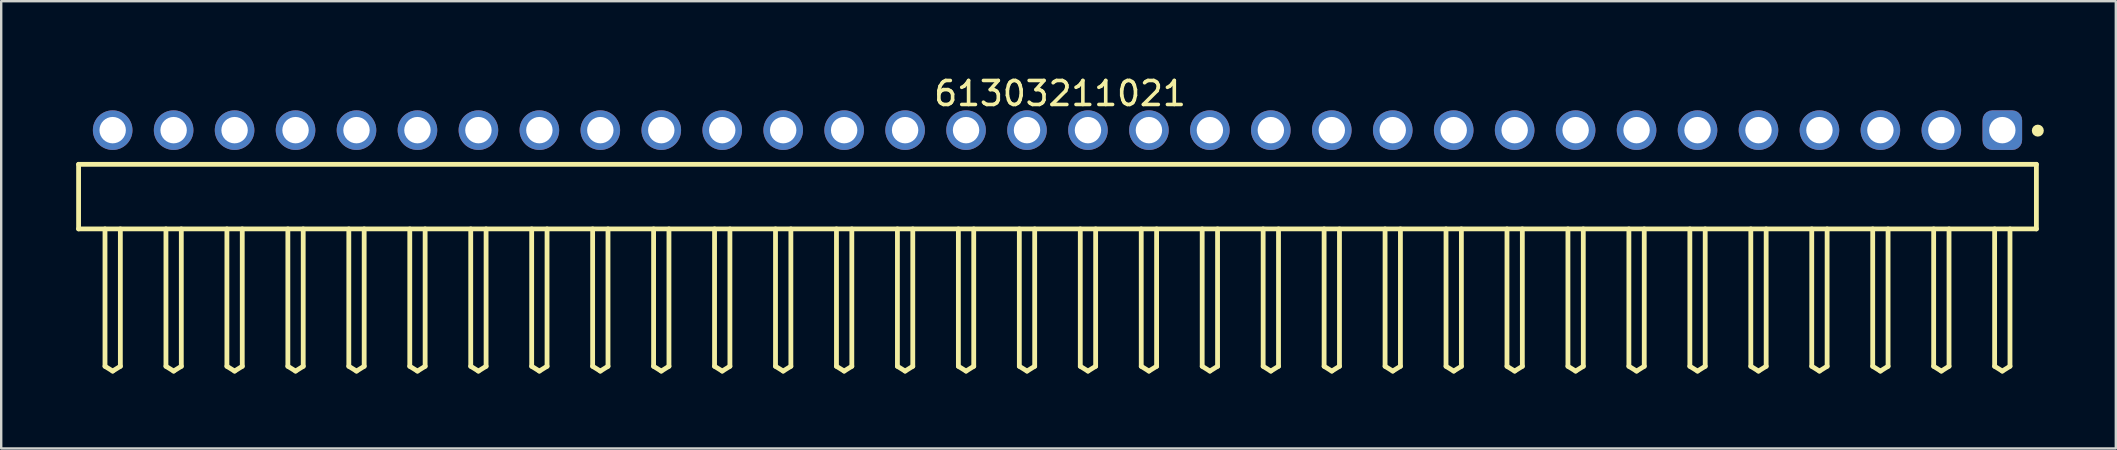
<source format=kicad_pcb>
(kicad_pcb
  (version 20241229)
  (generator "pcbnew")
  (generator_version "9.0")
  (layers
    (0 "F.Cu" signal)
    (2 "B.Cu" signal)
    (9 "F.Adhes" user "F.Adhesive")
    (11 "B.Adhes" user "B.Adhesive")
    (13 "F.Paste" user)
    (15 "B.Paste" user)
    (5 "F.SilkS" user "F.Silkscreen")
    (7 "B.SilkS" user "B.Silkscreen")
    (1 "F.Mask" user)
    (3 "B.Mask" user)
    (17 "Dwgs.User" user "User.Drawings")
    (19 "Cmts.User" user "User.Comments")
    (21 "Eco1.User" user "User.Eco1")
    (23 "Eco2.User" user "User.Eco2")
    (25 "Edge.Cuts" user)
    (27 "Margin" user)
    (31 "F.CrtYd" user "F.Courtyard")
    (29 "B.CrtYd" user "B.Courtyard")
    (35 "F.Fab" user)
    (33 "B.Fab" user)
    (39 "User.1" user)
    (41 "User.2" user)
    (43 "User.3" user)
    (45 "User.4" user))
  (footprint "61303211021"
    (layer "F.Cu")
    (at 41.015 5.143)
    (property "Reference" "61303211021" (at 0.105 -4.295 0) (layer "F.SilkS") (effects (font (size 1 1) (thickness 0.15))))
    (fp_line (start -40.79 -1.345) (end 40.79 -1.345) (stroke (width 0.2) (type solid)) (layer "F.SilkS"))
    (fp_line (start -40.79 1.345) (end -40.79 -1.345) (stroke (width 0.2) (type solid)) (layer "F.SilkS"))
    (fp_line (start -40.79 1.345) (end 40.79 1.345) (stroke (width 0.2) (type solid)) (layer "F.SilkS"))
    (fp_line (start -39.69 7.07) (end -39.69 1.345) (stroke (width 0.2) (type solid)) (layer "F.SilkS"))
    (fp_line (start -39.69 7.07) (end -39.37 7.27) (stroke (width 0.2) (type solid)) (layer "F.SilkS"))
    (fp_line (start -39.37 7.27) (end -39.05 7.07) (stroke (width 0.2) (type solid)) (layer "F.SilkS"))
    (fp_line (start -39.05 7.07) (end -39.05 1.345) (stroke (width 0.2) (type solid)) (layer "F.SilkS"))
    (fp_line (start -37.15 7.07) (end -37.15 1.345) (stroke (width 0.2) (type solid)) (layer "F.SilkS"))
    (fp_line (start -37.15 7.07) (end -36.83 7.27) (stroke (width 0.2) (type solid)) (layer "F.SilkS"))
    (fp_line (start -36.83 7.27) (end -36.51 7.07) (stroke (width 0.2) (type solid)) (layer "F.SilkS"))
    (fp_line (start -36.51 7.07) (end -36.51 1.345) (stroke (width 0.2) (type solid)) (layer "F.SilkS"))
    (fp_line (start -34.61 7.07) (end -34.61 1.345) (stroke (width 0.2) (type solid)) (layer "F.SilkS"))
    (fp_line (start -34.61 7.07) (end -34.29 7.27) (stroke (width 0.2) (type solid)) (layer "F.SilkS"))
    (fp_line (start -34.29 7.27) (end -33.97 7.07) (stroke (width 0.2) (type solid)) (layer "F.SilkS"))
    (fp_line (start -33.97 7.07) (end -33.97 1.345) (stroke (width 0.2) (type solid)) (layer "F.SilkS"))
    (fp_line (start -32.07 7.07) (end -32.07 1.345) (stroke (width 0.2) (type solid)) (layer "F.SilkS"))
    (fp_line (start -32.07 7.07) (end -31.75 7.27) (stroke (width 0.2) (type solid)) (layer "F.SilkS"))
    (fp_line (start -31.75 7.27) (end -31.43 7.07) (stroke (width 0.2) (type solid)) (layer "F.SilkS"))
    (fp_line (start -31.43 7.07) (end -31.43 1.345) (stroke (width 0.2) (type solid)) (layer "F.SilkS"))
    (fp_line (start -29.53 7.07) (end -29.53 1.345) (stroke (width 0.2) (type solid)) (layer "F.SilkS"))
    (fp_line (start -29.53 7.07) (end -29.21 7.27) (stroke (width 0.2) (type solid)) (layer "F.SilkS"))
    (fp_line (start -29.21 7.27) (end -28.89 7.07) (stroke (width 0.2) (type solid)) (layer "F.SilkS"))
    (fp_line (start -28.89 7.07) (end -28.89 1.345) (stroke (width 0.2) (type solid)) (layer "F.SilkS"))
    (fp_line (start -26.99 7.07) (end -26.99 1.345) (stroke (width 0.2) (type solid)) (layer "F.SilkS"))
    (fp_line (start -26.99 7.07) (end -26.67 7.27) (stroke (width 0.2) (type solid)) (layer "F.SilkS"))
    (fp_line (start -26.67 7.27) (end -26.35 7.07) (stroke (width 0.2) (type solid)) (layer "F.SilkS"))
    (fp_line (start -26.35 7.07) (end -26.35 1.345) (stroke (width 0.2) (type solid)) (layer "F.SilkS"))
    (fp_line (start -24.45 7.07) (end -24.45 1.345) (stroke (width 0.2) (type solid)) (layer "F.SilkS"))
    (fp_line (start -24.45 7.07) (end -24.13 7.27) (stroke (width 0.2) (type solid)) (layer "F.SilkS"))
    (fp_line (start -24.13 7.27) (end -23.81 7.07) (stroke (width 0.2) (type solid)) (layer "F.SilkS"))
    (fp_line (start -23.81 7.07) (end -23.81 1.345) (stroke (width 0.2) (type solid)) (layer "F.SilkS"))
    (fp_line (start -21.91 7.07) (end -21.91 1.345) (stroke (width 0.2) (type solid)) (layer "F.SilkS"))
    (fp_line (start -21.91 7.07) (end -21.59 7.27) (stroke (width 0.2) (type solid)) (layer "F.SilkS"))
    (fp_line (start -21.59 7.27) (end -21.27 7.07) (stroke (width 0.2) (type solid)) (layer "F.SilkS"))
    (fp_line (start -21.27 7.07) (end -21.27 1.345) (stroke (width 0.2) (type solid)) (layer "F.SilkS"))
    (fp_line (start -19.37 7.07) (end -19.37 1.345) (stroke (width 0.2) (type solid)) (layer "F.SilkS"))
    (fp_line (start -19.37 7.07) (end -19.05 7.27) (stroke (width 0.2) (type solid)) (layer "F.SilkS"))
    (fp_line (start -19.05 7.27) (end -18.73 7.07) (stroke (width 0.2) (type solid)) (layer "F.SilkS"))
    (fp_line (start -18.73 7.07) (end -18.73 1.345) (stroke (width 0.2) (type solid)) (layer "F.SilkS"))
    (fp_line (start -16.83 7.07) (end -16.83 1.345) (stroke (width 0.2) (type solid)) (layer "F.SilkS"))
    (fp_line (start -16.83 7.07) (end -16.51 7.27) (stroke (width 0.2) (type solid)) (layer "F.SilkS"))
    (fp_line (start -16.51 7.27) (end -16.19 7.07) (stroke (width 0.2) (type solid)) (layer "F.SilkS"))
    (fp_line (start -16.19 7.07) (end -16.19 1.345) (stroke (width 0.2) (type solid)) (layer "F.SilkS"))
    (fp_line (start -14.29 7.07) (end -14.29 1.345) (stroke (width 0.2) (type solid)) (layer "F.SilkS"))
    (fp_line (start -14.29 7.07) (end -13.97 7.27) (stroke (width 0.2) (type solid)) (layer "F.SilkS"))
    (fp_line (start -13.97 7.27) (end -13.65 7.07) (stroke (width 0.2) (type solid)) (layer "F.SilkS"))
    (fp_line (start -13.65 7.07) (end -13.65 1.345) (stroke (width 0.2) (type solid)) (layer "F.SilkS"))
    (fp_line (start -11.75 7.07) (end -11.75 1.345) (stroke (width 0.2) (type solid)) (layer "F.SilkS"))
    (fp_line (start -11.75 7.07) (end -11.43 7.27) (stroke (width 0.2) (type solid)) (layer "F.SilkS"))
    (fp_line (start -11.43 7.27) (end -11.11 7.07) (stroke (width 0.2) (type solid)) (layer "F.SilkS"))
    (fp_line (start -11.11 7.07) (end -11.11 1.345) (stroke (width 0.2) (type solid)) (layer "F.SilkS"))
    (fp_line (start -9.21 7.07) (end -9.21 1.345) (stroke (width 0.2) (type solid)) (layer "F.SilkS"))
    (fp_line (start -9.21 7.07) (end -8.89 7.27) (stroke (width 0.2) (type solid)) (layer "F.SilkS"))
    (fp_line (start -8.89 7.27) (end -8.57 7.07) (stroke (width 0.2) (type solid)) (layer "F.SilkS"))
    (fp_line (start -8.57 7.07) (end -8.57 1.345) (stroke (width 0.2) (type solid)) (layer "F.SilkS"))
    (fp_line (start -6.67 7.07) (end -6.67 1.345) (stroke (width 0.2) (type solid)) (layer "F.SilkS"))
    (fp_line (start -6.67 7.07) (end -6.35 7.27) (stroke (width 0.2) (type solid)) (layer "F.SilkS"))
    (fp_line (start -6.35 7.27) (end -6.03 7.07) (stroke (width 0.2) (type solid)) (layer "F.SilkS"))
    (fp_line (start -6.03 7.07) (end -6.03 1.345) (stroke (width 0.2) (type solid)) (layer "F.SilkS"))
    (fp_line (start -4.13 7.07) (end -4.13 1.345) (stroke (width 0.2) (type solid)) (layer "F.SilkS"))
    (fp_line (start -4.13 7.07) (end -3.81 7.27) (stroke (width 0.2) (type solid)) (layer "F.SilkS"))
    (fp_line (start -3.81 7.27) (end -3.49 7.07) (stroke (width 0.2) (type solid)) (layer "F.SilkS"))
    (fp_line (start -3.49 7.07) (end -3.49 1.345) (stroke (width 0.2) (type solid)) (layer "F.SilkS"))
    (fp_line (start -1.59 7.07) (end -1.59 1.345) (stroke (width 0.2) (type solid)) (layer "F.SilkS"))
    (fp_line (start -1.59 7.07) (end -1.27 7.27) (stroke (width 0.2) (type solid)) (layer "F.SilkS"))
    (fp_line (start -1.27 7.27) (end -0.95 7.07) (stroke (width 0.2) (type solid)) (layer "F.SilkS"))
    (fp_line (start -0.95 7.07) (end -0.95 1.345) (stroke (width 0.2) (type solid)) (layer "F.SilkS"))
    (fp_line (start 0.95 7.07) (end 0.95 1.345) (stroke (width 0.2) (type solid)) (layer "F.SilkS"))
    (fp_line (start 0.95 7.07) (end 1.27 7.27) (stroke (width 0.2) (type solid)) (layer "F.SilkS"))
    (fp_line (start 1.27 7.27) (end 1.59 7.07) (stroke (width 0.2) (type solid)) (layer "F.SilkS"))
    (fp_line (start 1.59 7.07) (end 1.59 1.345) (stroke (width 0.2) (type solid)) (layer "F.SilkS"))
    (fp_line (start 3.49 7.07) (end 3.49 1.345) (stroke (width 0.2) (type solid)) (layer "F.SilkS"))
    (fp_line (start 3.49 7.07) (end 3.81 7.27) (stroke (width 0.2) (type solid)) (layer "F.SilkS"))
    (fp_line (start 3.81 7.27) (end 4.13 7.07) (stroke (width 0.2) (type solid)) (layer "F.SilkS"))
    (fp_line (start 4.13 7.07) (end 4.13 1.345) (stroke (width 0.2) (type solid)) (layer "F.SilkS"))
    (fp_line (start 6.03 7.07) (end 6.03 1.345) (stroke (width 0.2) (type solid)) (layer "F.SilkS"))
    (fp_line (start 6.03 7.07) (end 6.35 7.27) (stroke (width 0.2) (type solid)) (layer "F.SilkS"))
    (fp_line (start 6.35 7.27) (end 6.67 7.07) (stroke (width 0.2) (type solid)) (layer "F.SilkS"))
    (fp_line (start 6.67 7.07) (end 6.67 1.345) (stroke (width 0.2) (type solid)) (layer "F.SilkS"))
    (fp_line (start 8.57 7.07) (end 8.57 1.345) (stroke (width 0.2) (type solid)) (layer "F.SilkS"))
    (fp_line (start 8.57 7.07) (end 8.89 7.27) (stroke (width 0.2) (type solid)) (layer "F.SilkS"))
    (fp_line (start 8.89 7.27) (end 9.21 7.07) (stroke (width 0.2) (type solid)) (layer "F.SilkS"))
    (fp_line (start 9.21 7.07) (end 9.21 1.345) (stroke (width 0.2) (type solid)) (layer "F.SilkS"))
    (fp_line (start 11.11 7.07) (end 11.11 1.345) (stroke (width 0.2) (type solid)) (layer "F.SilkS"))
    (fp_line (start 11.11 7.07) (end 11.43 7.27) (stroke (width 0.2) (type solid)) (layer "F.SilkS"))
    (fp_line (start 11.43 7.27) (end 11.75 7.07) (stroke (width 0.2) (type solid)) (layer "F.SilkS"))
    (fp_line (start 11.75 7.07) (end 11.75 1.345) (stroke (width 0.2) (type solid)) (layer "F.SilkS"))
    (fp_line (start 13.65 7.07) (end 13.65 1.345) (stroke (width 0.2) (type solid)) (layer "F.SilkS"))
    (fp_line (start 13.65 7.07) (end 13.97 7.27) (stroke (width 0.2) (type solid)) (layer "F.SilkS"))
    (fp_line (start 13.97 7.27) (end 14.29 7.07) (stroke (width 0.2) (type solid)) (layer "F.SilkS"))
    (fp_line (start 14.29 7.07) (end 14.29 1.345) (stroke (width 0.2) (type solid)) (layer "F.SilkS"))
    (fp_line (start 16.19 7.07) (end 16.19 1.345) (stroke (width 0.2) (type solid)) (layer "F.SilkS"))
    (fp_line (start 16.19 7.07) (end 16.51 7.27) (stroke (width 0.2) (type solid)) (layer "F.SilkS"))
    (fp_line (start 16.51 7.27) (end 16.83 7.07) (stroke (width 0.2) (type solid)) (layer "F.SilkS"))
    (fp_line (start 16.83 7.07) (end 16.83 1.345) (stroke (width 0.2) (type solid)) (layer "F.SilkS"))
    (fp_line (start 18.73 7.07) (end 18.73 1.345) (stroke (width 0.2) (type solid)) (layer "F.SilkS"))
    (fp_line (start 18.73 7.07) (end 19.05 7.27) (stroke (width 0.2) (type solid)) (layer "F.SilkS"))
    (fp_line (start 19.05 7.27) (end 19.37 7.07) (stroke (width 0.2) (type solid)) (layer "F.SilkS"))
    (fp_line (start 19.37 7.07) (end 19.37 1.345) (stroke (width 0.2) (type solid)) (layer "F.SilkS"))
    (fp_line (start 21.27 7.07) (end 21.27 1.345) (stroke (width 0.2) (type solid)) (layer "F.SilkS"))
    (fp_line (start 21.27 7.07) (end 21.59 7.27) (stroke (width 0.2) (type solid)) (layer "F.SilkS"))
    (fp_line (start 21.59 7.27) (end 21.91 7.07) (stroke (width 0.2) (type solid)) (layer "F.SilkS"))
    (fp_line (start 21.91 7.07) (end 21.91 1.345) (stroke (width 0.2) (type solid)) (layer "F.SilkS"))
    (fp_line (start 23.81 7.07) (end 23.81 1.345) (stroke (width 0.2) (type solid)) (layer "F.SilkS"))
    (fp_line (start 23.81 7.07) (end 24.13 7.27) (stroke (width 0.2) (type solid)) (layer "F.SilkS"))
    (fp_line (start 24.13 7.27) (end 24.45 7.07) (stroke (width 0.2) (type solid)) (layer "F.SilkS"))
    (fp_line (start 24.45 7.07) (end 24.45 1.345) (stroke (width 0.2) (type solid)) (layer "F.SilkS"))
    (fp_line (start 26.35 7.07) (end 26.35 1.345) (stroke (width 0.2) (type solid)) (layer "F.SilkS"))
    (fp_line (start 26.35 7.07) (end 26.67 7.27) (stroke (width 0.2) (type solid)) (layer "F.SilkS"))
    (fp_line (start 26.67 7.27) (end 26.99 7.07) (stroke (width 0.2) (type solid)) (layer "F.SilkS"))
    (fp_line (start 26.99 7.07) (end 26.99 1.345) (stroke (width 0.2) (type solid)) (layer "F.SilkS"))
    (fp_line (start 28.89 7.07) (end 28.89 1.345) (stroke (width 0.2) (type solid)) (layer "F.SilkS"))
    (fp_line (start 28.89 7.07) (end 29.21 7.27) (stroke (width 0.2) (type solid)) (layer "F.SilkS"))
    (fp_line (start 29.21 7.27) (end 29.53 7.07) (stroke (width 0.2) (type solid)) (layer "F.SilkS"))
    (fp_line (start 29.53 7.07) (end 29.53 1.345) (stroke (width 0.2) (type solid)) (layer "F.SilkS"))
    (fp_line (start 31.43 7.07) (end 31.43 1.345) (stroke (width 0.2) (type solid)) (layer "F.SilkS"))
    (fp_line (start 31.43 7.07) (end 31.75 7.27) (stroke (width 0.2) (type solid)) (layer "F.SilkS"))
    (fp_line (start 31.75 7.27) (end 32.07 7.07) (stroke (width 0.2) (type solid)) (layer "F.SilkS"))
    (fp_line (start 32.07 7.07) (end 32.07 1.345) (stroke (width 0.2) (type solid)) (layer "F.SilkS"))
    (fp_line (start 33.97 7.07) (end 33.97 1.345) (stroke (width 0.2) (type solid)) (layer "F.SilkS"))
    (fp_line (start 33.97 7.07) (end 34.29 7.27) (stroke (width 0.2) (type solid)) (layer "F.SilkS"))
    (fp_line (start 34.29 7.27) (end 34.61 7.07) (stroke (width 0.2) (type solid)) (layer "F.SilkS"))
    (fp_line (start 34.61 7.07) (end 34.61 1.345) (stroke (width 0.2) (type solid)) (layer "F.SilkS"))
    (fp_line (start 36.51 7.07) (end 36.51 1.345) (stroke (width 0.2) (type solid)) (layer "F.SilkS"))
    (fp_line (start 36.51 7.07) (end 36.83 7.27) (stroke (width 0.2) (type solid)) (layer "F.SilkS"))
    (fp_line (start 36.83 7.27) (end 37.15 7.07) (stroke (width 0.2) (type solid)) (layer "F.SilkS"))
    (fp_line (start 37.15 7.07) (end 37.15 1.345) (stroke (width 0.2) (type solid)) (layer "F.SilkS"))
    (fp_line (start 39.05 7.07) (end 39.05 1.345) (stroke (width 0.2) (type solid)) (layer "F.SilkS"))
    (fp_line (start 39.05 7.07) (end 39.37 7.27) (stroke (width 0.2) (type solid)) (layer "F.SilkS"))
    (fp_line (start 39.37 7.27) (end 39.69 7.07) (stroke (width 0.2) (type solid)) (layer "F.SilkS"))
    (fp_line (start 39.69 7.07) (end 39.69 1.345) (stroke (width 0.2) (type solid)) (layer "F.SilkS"))
    (fp_line (start 40.79 1.345) (end 40.79 -1.345) (stroke (width 0.2) (type solid)) (layer "F.SilkS"))
    (fp_circle (center 40.85 -2.75) (end 40.85 -2.875) (stroke (width 0.25) (type solid)) (fill no) (layer "F.SilkS"))
    (fp_line (start -40.99 -3.795) (end 40.99 -3.795) (stroke (width 0.05) (type solid)) (layer "Eco2.User"))
    (fp_line (start -40.99 7.47) (end -40.99 -3.795) (stroke (width 0.05) (type solid)) (layer "Eco2.User"))
    (fp_line (start -40.99 7.47) (end 40.99 7.47) (stroke (width 0.05) (type solid)) (layer "Eco2.User"))
    (fp_line (start -40.64 -1.27) (end 40.64 -1.27) (stroke (width 0.1) (type solid)) (layer "Eco2.User"))
    (fp_line (start -40.64 1.27) (end -40.64 -1.27) (stroke (width 0.1) (type solid)) (layer "Eco2.User"))
    (fp_line (start -40.64 1.27) (end 40.64 1.27) (stroke (width 0.1) (type solid)) (layer "Eco2.User"))
    (fp_line (start -39.69 -3.09) (end -39.05 -3.09) (stroke (width 0.1) (type solid)) (layer "Eco2.User"))
    (fp_line (start -39.69 -1.27) (end -39.69 -3.09) (stroke (width 0.1) (type solid)) (layer "Eco2.User"))
    (fp_line (start -39.69 7.07) (end -39.69 1.27) (stroke (width 0.1) (type solid)) (layer "Eco2.User"))
    (fp_line (start -39.69 7.07) (end -39.37 7.27) (stroke (width 0.1) (type solid)) (layer "Eco2.User"))
    (fp_line (start -39.37 7.27) (end -39.05 7.07) (stroke (width 0.1) (type solid)) (layer "Eco2.User"))
    (fp_line (start -39.05 -1.27) (end -39.05 -3.09) (stroke (width 0.1) (type solid)) (layer "Eco2.User"))
    (fp_line (start -39.05 7.07) (end -39.05 1.27) (stroke (width 0.1) (type solid)) (layer "Eco2.User"))
    (fp_line (start -37.15 -3.09) (end -36.51 -3.09) (stroke (width 0.1) (type solid)) (layer "Eco2.User"))
    (fp_line (start -37.15 -1.27) (end -37.15 -3.09) (stroke (width 0.1) (type solid)) (layer "Eco2.User"))
    (fp_line (start -37.15 7.07) (end -37.15 1.27) (stroke (width 0.1) (type solid)) (layer "Eco2.User"))
    (fp_line (start -37.15 7.07) (end -36.83 7.27) (stroke (width 0.1) (type solid)) (layer "Eco2.User"))
    (fp_line (start -36.83 7.27) (end -36.51 7.07) (stroke (width 0.1) (type solid)) (layer "Eco2.User"))
    (fp_line (start -36.51 -1.27) (end -36.51 -3.09) (stroke (width 0.1) (type solid)) (layer "Eco2.User"))
    (fp_line (start -36.51 7.07) (end -36.51 1.27) (stroke (width 0.1) (type solid)) (layer "Eco2.User"))
    (fp_line (start -34.61 -3.09) (end -33.97 -3.09) (stroke (width 0.1) (type solid)) (layer "Eco2.User"))
    (fp_line (start -34.61 -1.27) (end -34.61 -3.09) (stroke (width 0.1) (type solid)) (layer "Eco2.User"))
    (fp_line (start -34.61 7.07) (end -34.61 1.27) (stroke (width 0.1) (type solid)) (layer "Eco2.User"))
    (fp_line (start -34.61 7.07) (end -34.29 7.27) (stroke (width 0.1) (type solid)) (layer "Eco2.User"))
    (fp_line (start -34.29 7.27) (end -33.97 7.07) (stroke (width 0.1) (type solid)) (layer "Eco2.User"))
    (fp_line (start -33.97 -1.27) (end -33.97 -3.09) (stroke (width 0.1) (type solid)) (layer "Eco2.User"))
    (fp_line (start -33.97 7.07) (end -33.97 1.27) (stroke (width 0.1) (type solid)) (layer "Eco2.User"))
    (fp_line (start -32.07 -3.09) (end -31.43 -3.09) (stroke (width 0.1) (type solid)) (layer "Eco2.User"))
    (fp_line (start -32.07 -1.27) (end -32.07 -3.09) (stroke (width 0.1) (type solid)) (layer "Eco2.User"))
    (fp_line (start -32.07 7.07) (end -32.07 1.27) (stroke (width 0.1) (type solid)) (layer "Eco2.User"))
    (fp_line (start -32.07 7.07) (end -31.75 7.27) (stroke (width 0.1) (type solid)) (layer "Eco2.User"))
    (fp_line (start -31.75 7.27) (end -31.43 7.07) (stroke (width 0.1) (type solid)) (layer "Eco2.User"))
    (fp_line (start -31.43 -1.27) (end -31.43 -3.09) (stroke (width 0.1) (type solid)) (layer "Eco2.User"))
    (fp_line (start -31.43 7.07) (end -31.43 1.27) (stroke (width 0.1) (type solid)) (layer "Eco2.User"))
    (fp_line (start -29.53 -3.09) (end -28.89 -3.09) (stroke (width 0.1) (type solid)) (layer "Eco2.User"))
    (fp_line (start -29.53 -1.27) (end -29.53 -3.09) (stroke (width 0.1) (type solid)) (layer "Eco2.User"))
    (fp_line (start -29.53 7.07) (end -29.53 1.27) (stroke (width 0.1) (type solid)) (layer "Eco2.User"))
    (fp_line (start -29.53 7.07) (end -29.21 7.27) (stroke (width 0.1) (type solid)) (layer "Eco2.User"))
    (fp_line (start -29.21 7.27) (end -28.89 7.07) (stroke (width 0.1) (type solid)) (layer "Eco2.User"))
    (fp_line (start -28.89 -1.27) (end -28.89 -3.09) (stroke (width 0.1) (type solid)) (layer "Eco2.User"))
    (fp_line (start -28.89 7.07) (end -28.89 1.27) (stroke (width 0.1) (type solid)) (layer "Eco2.User"))
    (fp_line (start -26.99 -3.09) (end -26.35 -3.09) (stroke (width 0.1) (type solid)) (layer "Eco2.User"))
    (fp_line (start -26.99 -1.27) (end -26.99 -3.09) (stroke (width 0.1) (type solid)) (layer "Eco2.User"))
    (fp_line (start -26.99 7.07) (end -26.99 1.27) (stroke (width 0.1) (type solid)) (layer "Eco2.User"))
    (fp_line (start -26.99 7.07) (end -26.67 7.27) (stroke (width 0.1) (type solid)) (layer "Eco2.User"))
    (fp_line (start -26.67 7.27) (end -26.35 7.07) (stroke (width 0.1) (type solid)) (layer "Eco2.User"))
    (fp_line (start -26.35 -1.27) (end -26.35 -3.09) (stroke (width 0.1) (type solid)) (layer "Eco2.User"))
    (fp_line (start -26.35 7.07) (end -26.35 1.27) (stroke (width 0.1) (type solid)) (layer "Eco2.User"))
    (fp_line (start -24.45 -3.09) (end -23.81 -3.09) (stroke (width 0.1) (type solid)) (layer "Eco2.User"))
    (fp_line (start -24.45 -1.27) (end -24.45 -3.09) (stroke (width 0.1) (type solid)) (layer "Eco2.User"))
    (fp_line (start -24.45 7.07) (end -24.45 1.27) (stroke (width 0.1) (type solid)) (layer "Eco2.User"))
    (fp_line (start -24.45 7.07) (end -24.13 7.27) (stroke (width 0.1) (type solid)) (layer "Eco2.User"))
    (fp_line (start -24.13 7.27) (end -23.81 7.07) (stroke (width 0.1) (type solid)) (layer "Eco2.User"))
    (fp_line (start -23.81 -1.27) (end -23.81 -3.09) (stroke (width 0.1) (type solid)) (layer "Eco2.User"))
    (fp_line (start -23.81 7.07) (end -23.81 1.27) (stroke (width 0.1) (type solid)) (layer "Eco2.User"))
    (fp_line (start -21.91 -3.09) (end -21.27 -3.09) (stroke (width 0.1) (type solid)) (layer "Eco2.User"))
    (fp_line (start -21.91 -1.27) (end -21.91 -3.09) (stroke (width 0.1) (type solid)) (layer "Eco2.User"))
    (fp_line (start -21.91 7.07) (end -21.91 1.27) (stroke (width 0.1) (type solid)) (layer "Eco2.User"))
    (fp_line (start -21.91 7.07) (end -21.59 7.27) (stroke (width 0.1) (type solid)) (layer "Eco2.User"))
    (fp_line (start -21.59 7.27) (end -21.27 7.07) (stroke (width 0.1) (type solid)) (layer "Eco2.User"))
    (fp_line (start -21.27 -1.27) (end -21.27 -3.09) (stroke (width 0.1) (type solid)) (layer "Eco2.User"))
    (fp_line (start -21.27 7.07) (end -21.27 1.27) (stroke (width 0.1) (type solid)) (layer "Eco2.User"))
    (fp_line (start -19.37 -3.09) (end -18.73 -3.09) (stroke (width 0.1) (type solid)) (layer "Eco2.User"))
    (fp_line (start -19.37 -1.27) (end -19.37 -3.09) (stroke (width 0.1) (type solid)) (layer "Eco2.User"))
    (fp_line (start -19.37 7.07) (end -19.37 1.27) (stroke (width 0.1) (type solid)) (layer "Eco2.User"))
    (fp_line (start -19.37 7.07) (end -19.05 7.27) (stroke (width 0.1) (type solid)) (layer "Eco2.User"))
    (fp_line (start -19.05 7.27) (end -18.73 7.07) (stroke (width 0.1) (type solid)) (layer "Eco2.User"))
    (fp_line (start -18.73 -1.27) (end -18.73 -3.09) (stroke (width 0.1) (type solid)) (layer "Eco2.User"))
    (fp_line (start -18.73 7.07) (end -18.73 1.27) (stroke (width 0.1) (type solid)) (layer "Eco2.User"))
    (fp_line (start -16.83 -3.09) (end -16.19 -3.09) (stroke (width 0.1) (type solid)) (layer "Eco2.User"))
    (fp_line (start -16.83 -1.27) (end -16.83 -3.09) (stroke (width 0.1) (type solid)) (layer "Eco2.User"))
    (fp_line (start -16.83 7.07) (end -16.83 1.27) (stroke (width 0.1) (type solid)) (layer "Eco2.User"))
    (fp_line (start -16.83 7.07) (end -16.51 7.27) (stroke (width 0.1) (type solid)) (layer "Eco2.User"))
    (fp_line (start -16.51 7.27) (end -16.19 7.07) (stroke (width 0.1) (type solid)) (layer "Eco2.User"))
    (fp_line (start -16.19 -1.27) (end -16.19 -3.09) (stroke (width 0.1) (type solid)) (layer "Eco2.User"))
    (fp_line (start -16.19 7.07) (end -16.19 1.27) (stroke (width 0.1) (type solid)) (layer "Eco2.User"))
    (fp_line (start -14.29 -3.09) (end -13.65 -3.09) (stroke (width 0.1) (type solid)) (layer "Eco2.User"))
    (fp_line (start -14.29 -1.27) (end -14.29 -3.09) (stroke (width 0.1) (type solid)) (layer "Eco2.User"))
    (fp_line (start -14.29 7.07) (end -14.29 1.27) (stroke (width 0.1) (type solid)) (layer "Eco2.User"))
    (fp_line (start -14.29 7.07) (end -13.97 7.27) (stroke (width 0.1) (type solid)) (layer "Eco2.User"))
    (fp_line (start -13.97 7.27) (end -13.65 7.07) (stroke (width 0.1) (type solid)) (layer "Eco2.User"))
    (fp_line (start -13.65 -1.27) (end -13.65 -3.09) (stroke (width 0.1) (type solid)) (layer "Eco2.User"))
    (fp_line (start -13.65 7.07) (end -13.65 1.27) (stroke (width 0.1) (type solid)) (layer "Eco2.User"))
    (fp_line (start -11.75 -3.09) (end -11.11 -3.09) (stroke (width 0.1) (type solid)) (layer "Eco2.User"))
    (fp_line (start -11.75 -1.27) (end -11.75 -3.09) (stroke (width 0.1) (type solid)) (layer "Eco2.User"))
    (fp_line (start -11.75 7.07) (end -11.75 1.27) (stroke (width 0.1) (type solid)) (layer "Eco2.User"))
    (fp_line (start -11.75 7.07) (end -11.43 7.27) (stroke (width 0.1) (type solid)) (layer "Eco2.User"))
    (fp_line (start -11.43 7.27) (end -11.11 7.07) (stroke (width 0.1) (type solid)) (layer "Eco2.User"))
    (fp_line (start -11.11 -1.27) (end -11.11 -3.09) (stroke (width 0.1) (type solid)) (layer "Eco2.User"))
    (fp_line (start -11.11 7.07) (end -11.11 1.27) (stroke (width 0.1) (type solid)) (layer "Eco2.User"))
    (fp_line (start -9.21 -3.09) (end -8.57 -3.09) (stroke (width 0.1) (type solid)) (layer "Eco2.User"))
    (fp_line (start -9.21 -1.27) (end -9.21 -3.09) (stroke (width 0.1) (type solid)) (layer "Eco2.User"))
    (fp_line (start -9.21 7.07) (end -9.21 1.27) (stroke (width 0.1) (type solid)) (layer "Eco2.User"))
    (fp_line (start -9.21 7.07) (end -8.89 7.27) (stroke (width 0.1) (type solid)) (layer "Eco2.User"))
    (fp_line (start -8.89 7.27) (end -8.57 7.07) (stroke (width 0.1) (type solid)) (layer "Eco2.User"))
    (fp_line (start -8.57 -1.27) (end -8.57 -3.09) (stroke (width 0.1) (type solid)) (layer "Eco2.User"))
    (fp_line (start -8.57 7.07) (end -8.57 1.27) (stroke (width 0.1) (type solid)) (layer "Eco2.User"))
    (fp_line (start -6.67 -3.09) (end -6.03 -3.09) (stroke (width 0.1) (type solid)) (layer "Eco2.User"))
    (fp_line (start -6.67 -1.27) (end -6.67 -3.09) (stroke (width 0.1) (type solid)) (layer "Eco2.User"))
    (fp_line (start -6.67 7.07) (end -6.67 1.27) (stroke (width 0.1) (type solid)) (layer "Eco2.User"))
    (fp_line (start -6.67 7.07) (end -6.35 7.27) (stroke (width 0.1) (type solid)) (layer "Eco2.User"))
    (fp_line (start -6.35 7.27) (end -6.03 7.07) (stroke (width 0.1) (type solid)) (layer "Eco2.User"))
    (fp_line (start -6.03 -1.27) (end -6.03 -3.09) (stroke (width 0.1) (type solid)) (layer "Eco2.User"))
    (fp_line (start -6.03 7.07) (end -6.03 1.27) (stroke (width 0.1) (type solid)) (layer "Eco2.User"))
    (fp_line (start -4.13 -3.09) (end -3.49 -3.09) (stroke (width 0.1) (type solid)) (layer "Eco2.User"))
    (fp_line (start -4.13 -1.27) (end -4.13 -3.09) (stroke (width 0.1) (type solid)) (layer "Eco2.User"))
    (fp_line (start -4.13 7.07) (end -4.13 1.27) (stroke (width 0.1) (type solid)) (layer "Eco2.User"))
    (fp_line (start -4.13 7.07) (end -3.81 7.27) (stroke (width 0.1) (type solid)) (layer "Eco2.User"))
    (fp_line (start -3.81 7.27) (end -3.49 7.07) (stroke (width 0.1) (type solid)) (layer "Eco2.User"))
    (fp_line (start -3.49 -1.27) (end -3.49 -3.09) (stroke (width 0.1) (type solid)) (layer "Eco2.User"))
    (fp_line (start -3.49 7.07) (end -3.49 1.27) (stroke (width 0.1) (type solid)) (layer "Eco2.User"))
    (fp_line (start -1.59 -3.09) (end -0.95 -3.09) (stroke (width 0.1) (type solid)) (layer "Eco2.User"))
    (fp_line (start -1.59 -1.27) (end -1.59 -3.09) (stroke (width 0.1) (type solid)) (layer "Eco2.User"))
    (fp_line (start -1.59 7.07) (end -1.59 1.27) (stroke (width 0.1) (type solid)) (layer "Eco2.User"))
    (fp_line (start -1.59 7.07) (end -1.27 7.27) (stroke (width 0.1) (type solid)) (layer "Eco2.User"))
    (fp_line (start -1.27 7.27) (end -0.95 7.07) (stroke (width 0.1) (type solid)) (layer "Eco2.User"))
    (fp_line (start -0.95 -1.27) (end -0.95 -3.09) (stroke (width 0.1) (type solid)) (layer "Eco2.User"))
    (fp_line (start -0.95 7.07) (end -0.95 1.27) (stroke (width 0.1) (type solid)) (layer "Eco2.User"))
    (fp_line (start -0.5 0) (end 0.5 0) (stroke (width 0.05) (type solid)) (layer "Eco2.User"))
    (fp_line (start 0 0.5) (end 0 -0.5) (stroke (width 0.05) (type solid)) (layer "Eco2.User"))
    (fp_line (start 0.95 -3.09) (end 1.59 -3.09) (stroke (width 0.1) (type solid)) (layer "Eco2.User"))
    (fp_line (start 0.95 -1.27) (end 0.95 -3.09) (stroke (width 0.1) (type solid)) (layer "Eco2.User"))
    (fp_line (start 0.95 7.07) (end 0.95 1.27) (stroke (width 0.1) (type solid)) (layer "Eco2.User"))
    (fp_line (start 0.95 7.07) (end 1.27 7.27) (stroke (width 0.1) (type solid)) (layer "Eco2.User"))
    (fp_line (start 1.27 7.27) (end 1.59 7.07) (stroke (width 0.1) (type solid)) (layer "Eco2.User"))
    (fp_line (start 1.59 -1.27) (end 1.59 -3.09) (stroke (width 0.1) (type solid)) (layer "Eco2.User"))
    (fp_line (start 1.59 7.07) (end 1.59 1.27) (stroke (width 0.1) (type solid)) (layer "Eco2.User"))
    (fp_line (start 3.49 -3.09) (end 4.13 -3.09) (stroke (width 0.1) (type solid)) (layer "Eco2.User"))
    (fp_line (start 3.49 -1.27) (end 3.49 -3.09) (stroke (width 0.1) (type solid)) (layer "Eco2.User"))
    (fp_line (start 3.49 7.07) (end 3.49 1.27) (stroke (width 0.1) (type solid)) (layer "Eco2.User"))
    (fp_line (start 3.49 7.07) (end 3.81 7.27) (stroke (width 0.1) (type solid)) (layer "Eco2.User"))
    (fp_line (start 3.81 7.27) (end 4.13 7.07) (stroke (width 0.1) (type solid)) (layer "Eco2.User"))
    (fp_line (start 4.13 -1.27) (end 4.13 -3.09) (stroke (width 0.1) (type solid)) (layer "Eco2.User"))
    (fp_line (start 4.13 7.07) (end 4.13 1.27) (stroke (width 0.1) (type solid)) (layer "Eco2.User"))
    (fp_line (start 6.03 -3.09) (end 6.67 -3.09) (stroke (width 0.1) (type solid)) (layer "Eco2.User"))
    (fp_line (start 6.03 -1.27) (end 6.03 -3.09) (stroke (width 0.1) (type solid)) (layer "Eco2.User"))
    (fp_line (start 6.03 7.07) (end 6.03 1.27) (stroke (width 0.1) (type solid)) (layer "Eco2.User"))
    (fp_line (start 6.03 7.07) (end 6.35 7.27) (stroke (width 0.1) (type solid)) (layer "Eco2.User"))
    (fp_line (start 6.35 7.27) (end 6.67 7.07) (stroke (width 0.1) (type solid)) (layer "Eco2.User"))
    (fp_line (start 6.67 -1.27) (end 6.67 -3.09) (stroke (width 0.1) (type solid)) (layer "Eco2.User"))
    (fp_line (start 6.67 7.07) (end 6.67 1.27) (stroke (width 0.1) (type solid)) (layer "Eco2.User"))
    (fp_line (start 8.57 -3.09) (end 9.21 -3.09) (stroke (width 0.1) (type solid)) (layer "Eco2.User"))
    (fp_line (start 8.57 -1.27) (end 8.57 -3.09) (stroke (width 0.1) (type solid)) (layer "Eco2.User"))
    (fp_line (start 8.57 7.07) (end 8.57 1.27) (stroke (width 0.1) (type solid)) (layer "Eco2.User"))
    (fp_line (start 8.57 7.07) (end 8.89 7.27) (stroke (width 0.1) (type solid)) (layer "Eco2.User"))
    (fp_line (start 8.89 7.27) (end 9.21 7.07) (stroke (width 0.1) (type solid)) (layer "Eco2.User"))
    (fp_line (start 9.21 -1.27) (end 9.21 -3.09) (stroke (width 0.1) (type solid)) (layer "Eco2.User"))
    (fp_line (start 9.21 7.07) (end 9.21 1.27) (stroke (width 0.1) (type solid)) (layer "Eco2.User"))
    (fp_line (start 11.11 -3.09) (end 11.75 -3.09) (stroke (width 0.1) (type solid)) (layer "Eco2.User"))
    (fp_line (start 11.11 -1.27) (end 11.11 -3.09) (stroke (width 0.1) (type solid)) (layer "Eco2.User"))
    (fp_line (start 11.11 7.07) (end 11.11 1.27) (stroke (width 0.1) (type solid)) (layer "Eco2.User"))
    (fp_line (start 11.11 7.07) (end 11.43 7.27) (stroke (width 0.1) (type solid)) (layer "Eco2.User"))
    (fp_line (start 11.43 7.27) (end 11.75 7.07) (stroke (width 0.1) (type solid)) (layer "Eco2.User"))
    (fp_line (start 11.75 -1.27) (end 11.75 -3.09) (stroke (width 0.1) (type solid)) (layer "Eco2.User"))
    (fp_line (start 11.75 7.07) (end 11.75 1.27) (stroke (width 0.1) (type solid)) (layer "Eco2.User"))
    (fp_line (start 13.65 -3.09) (end 14.29 -3.09) (stroke (width 0.1) (type solid)) (layer "Eco2.User"))
    (fp_line (start 13.65 -1.27) (end 13.65 -3.09) (stroke (width 0.1) (type solid)) (layer "Eco2.User"))
    (fp_line (start 13.65 7.07) (end 13.65 1.27) (stroke (width 0.1) (type solid)) (layer "Eco2.User"))
    (fp_line (start 13.65 7.07) (end 13.97 7.27) (stroke (width 0.1) (type solid)) (layer "Eco2.User"))
    (fp_line (start 13.97 7.27) (end 14.29 7.07) (stroke (width 0.1) (type solid)) (layer "Eco2.User"))
    (fp_line (start 14.29 -1.27) (end 14.29 -3.09) (stroke (width 0.1) (type solid)) (layer "Eco2.User"))
    (fp_line (start 14.29 7.07) (end 14.29 1.27) (stroke (width 0.1) (type solid)) (layer "Eco2.User"))
    (fp_line (start 16.19 -3.09) (end 16.83 -3.09) (stroke (width 0.1) (type solid)) (layer "Eco2.User"))
    (fp_line (start 16.19 -1.27) (end 16.19 -3.09) (stroke (width 0.1) (type solid)) (layer "Eco2.User"))
    (fp_line (start 16.19 7.07) (end 16.19 1.27) (stroke (width 0.1) (type solid)) (layer "Eco2.User"))
    (fp_line (start 16.19 7.07) (end 16.51 7.27) (stroke (width 0.1) (type solid)) (layer "Eco2.User"))
    (fp_line (start 16.51 7.27) (end 16.83 7.07) (stroke (width 0.1) (type solid)) (layer "Eco2.User"))
    (fp_line (start 16.83 -1.27) (end 16.83 -3.09) (stroke (width 0.1) (type solid)) (layer "Eco2.User"))
    (fp_line (start 16.83 7.07) (end 16.83 1.27) (stroke (width 0.1) (type solid)) (layer "Eco2.User"))
    (fp_line (start 18.73 -3.09) (end 19.37 -3.09) (stroke (width 0.1) (type solid)) (layer "Eco2.User"))
    (fp_line (start 18.73 -1.27) (end 18.73 -3.09) (stroke (width 0.1) (type solid)) (layer "Eco2.User"))
    (fp_line (start 18.73 7.07) (end 18.73 1.27) (stroke (width 0.1) (type solid)) (layer "Eco2.User"))
    (fp_line (start 18.73 7.07) (end 19.05 7.27) (stroke (width 0.1) (type solid)) (layer "Eco2.User"))
    (fp_line (start 19.05 7.27) (end 19.37 7.07) (stroke (width 0.1) (type solid)) (layer "Eco2.User"))
    (fp_line (start 19.37 -1.27) (end 19.37 -3.09) (stroke (width 0.1) (type solid)) (layer "Eco2.User"))
    (fp_line (start 19.37 7.07) (end 19.37 1.27) (stroke (width 0.1) (type solid)) (layer "Eco2.User"))
    (fp_line (start 21.27 -3.09) (end 21.91 -3.09) (stroke (width 0.1) (type solid)) (layer "Eco2.User"))
    (fp_line (start 21.27 -1.27) (end 21.27 -3.09) (stroke (width 0.1) (type solid)) (layer "Eco2.User"))
    (fp_line (start 21.27 7.07) (end 21.27 1.27) (stroke (width 0.1) (type solid)) (layer "Eco2.User"))
    (fp_line (start 21.27 7.07) (end 21.59 7.27) (stroke (width 0.1) (type solid)) (layer "Eco2.User"))
    (fp_line (start 21.59 7.27) (end 21.91 7.07) (stroke (width 0.1) (type solid)) (layer "Eco2.User"))
    (fp_line (start 21.91 -1.27) (end 21.91 -3.09) (stroke (width 0.1) (type solid)) (layer "Eco2.User"))
    (fp_line (start 21.91 7.07) (end 21.91 1.27) (stroke (width 0.1) (type solid)) (layer "Eco2.User"))
    (fp_line (start 23.81 -3.09) (end 24.45 -3.09) (stroke (width 0.1) (type solid)) (layer "Eco2.User"))
    (fp_line (start 23.81 -1.27) (end 23.81 -3.09) (stroke (width 0.1) (type solid)) (layer "Eco2.User"))
    (fp_line (start 23.81 7.07) (end 23.81 1.27) (stroke (width 0.1) (type solid)) (layer "Eco2.User"))
    (fp_line (start 23.81 7.07) (end 24.13 7.27) (stroke (width 0.1) (type solid)) (layer "Eco2.User"))
    (fp_line (start 24.13 7.27) (end 24.45 7.07) (stroke (width 0.1) (type solid)) (layer "Eco2.User"))
    (fp_line (start 24.45 -1.27) (end 24.45 -3.09) (stroke (width 0.1) (type solid)) (layer "Eco2.User"))
    (fp_line (start 24.45 7.07) (end 24.45 1.27) (stroke (width 0.1) (type solid)) (layer "Eco2.User"))
    (fp_line (start 26.35 -3.09) (end 26.99 -3.09) (stroke (width 0.1) (type solid)) (layer "Eco2.User"))
    (fp_line (start 26.35 -1.27) (end 26.35 -3.09) (stroke (width 0.1) (type solid)) (layer "Eco2.User"))
    (fp_line (start 26.35 7.07) (end 26.35 1.27) (stroke (width 0.1) (type solid)) (layer "Eco2.User"))
    (fp_line (start 26.35 7.07) (end 26.67 7.27) (stroke (width 0.1) (type solid)) (layer "Eco2.User"))
    (fp_line (start 26.67 7.27) (end 26.99 7.07) (stroke (width 0.1) (type solid)) (layer "Eco2.User"))
    (fp_line (start 26.99 -1.27) (end 26.99 -3.09) (stroke (width 0.1) (type solid)) (layer "Eco2.User"))
    (fp_line (start 26.99 7.07) (end 26.99 1.27) (stroke (width 0.1) (type solid)) (layer "Eco2.User"))
    (fp_line (start 28.89 -3.09) (end 29.53 -3.09) (stroke (width 0.1) (type solid)) (layer "Eco2.User"))
    (fp_line (start 28.89 -1.27) (end 28.89 -3.09) (stroke (width 0.1) (type solid)) (layer "Eco2.User"))
    (fp_line (start 28.89 7.07) (end 28.89 1.27) (stroke (width 0.1) (type solid)) (layer "Eco2.User"))
    (fp_line (start 28.89 7.07) (end 29.21 7.27) (stroke (width 0.1) (type solid)) (layer "Eco2.User"))
    (fp_line (start 29.21 7.27) (end 29.53 7.07) (stroke (width 0.1) (type solid)) (layer "Eco2.User"))
    (fp_line (start 29.53 -1.27) (end 29.53 -3.09) (stroke (width 0.1) (type solid)) (layer "Eco2.User"))
    (fp_line (start 29.53 7.07) (end 29.53 1.27) (stroke (width 0.1) (type solid)) (layer "Eco2.User"))
    (fp_line (start 31.43 -3.09) (end 32.07 -3.09) (stroke (width 0.1) (type solid)) (layer "Eco2.User"))
    (fp_line (start 31.43 -1.27) (end 31.43 -3.09) (stroke (width 0.1) (type solid)) (layer "Eco2.User"))
    (fp_line (start 31.43 7.07) (end 31.43 1.27) (stroke (width 0.1) (type solid)) (layer "Eco2.User"))
    (fp_line (start 31.43 7.07) (end 31.75 7.27) (stroke (width 0.1) (type solid)) (layer "Eco2.User"))
    (fp_line (start 31.75 7.27) (end 32.07 7.07) (stroke (width 0.1) (type solid)) (layer "Eco2.User"))
    (fp_line (start 32.07 -1.27) (end 32.07 -3.09) (stroke (width 0.1) (type solid)) (layer "Eco2.User"))
    (fp_line (start 32.07 7.07) (end 32.07 1.27) (stroke (width 0.1) (type solid)) (layer "Eco2.User"))
    (fp_line (start 33.97 -3.09) (end 34.61 -3.09) (stroke (width 0.1) (type solid)) (layer "Eco2.User"))
    (fp_line (start 33.97 -1.27) (end 33.97 -3.09) (stroke (width 0.1) (type solid)) (layer "Eco2.User"))
    (fp_line (start 33.97 7.07) (end 33.97 1.27) (stroke (width 0.1) (type solid)) (layer "Eco2.User"))
    (fp_line (start 33.97 7.07) (end 34.29 7.27) (stroke (width 0.1) (type solid)) (layer "Eco2.User"))
    (fp_line (start 34.29 7.27) (end 34.61 7.07) (stroke (width 0.1) (type solid)) (layer "Eco2.User"))
    (fp_line (start 34.61 -1.27) (end 34.61 -3.09) (stroke (width 0.1) (type solid)) (layer "Eco2.User"))
    (fp_line (start 34.61 7.07) (end 34.61 1.27) (stroke (width 0.1) (type solid)) (layer "Eco2.User"))
    (fp_line (start 36.51 -3.09) (end 37.15 -3.09) (stroke (width 0.1) (type solid)) (layer "Eco2.User"))
    (fp_line (start 36.51 -1.27) (end 36.51 -3.09) (stroke (width 0.1) (type solid)) (layer "Eco2.User"))
    (fp_line (start 36.51 7.07) (end 36.51 1.27) (stroke (width 0.1) (type solid)) (layer "Eco2.User"))
    (fp_line (start 36.51 7.07) (end 36.83 7.27) (stroke (width 0.1) (type solid)) (layer "Eco2.User"))
    (fp_line (start 36.83 7.27) (end 37.15 7.07) (stroke (width 0.1) (type solid)) (layer "Eco2.User"))
    (fp_line (start 37.15 -1.27) (end 37.15 -3.09) (stroke (width 0.1) (type solid)) (layer "Eco2.User"))
    (fp_line (start 37.15 7.07) (end 37.15 1.27) (stroke (width 0.1) (type solid)) (layer "Eco2.User"))
    (fp_line (start 39.05 -3.09) (end 39.69 -3.09) (stroke (width 0.1) (type solid)) (layer "Eco2.User"))
    (fp_line (start 39.05 -1.27) (end 39.05 -3.09) (stroke (width 0.1) (type solid)) (layer "Eco2.User"))
    (fp_line (start 39.05 7.07) (end 39.05 1.27) (stroke (width 0.1) (type solid)) (layer "Eco2.User"))
    (fp_line (start 39.05 7.07) (end 39.37 7.27) (stroke (width 0.1) (type solid)) (layer "Eco2.User"))
    (fp_line (start 39.37 7.27) (end 39.69 7.07) (stroke (width 0.1) (type solid)) (layer "Eco2.User"))
    (fp_line (start 39.69 -1.27) (end 39.69 -3.09) (stroke (width 0.1) (type solid)) (layer "Eco2.User"))
    (fp_line (start 39.69 7.07) (end 39.69 1.27) (stroke (width 0.1) (type solid)) (layer "Eco2.User"))
    (fp_line (start 40.64 1.27) (end 40.64 -1.27) (stroke (width 0.1) (type solid)) (layer "Eco2.User"))
    (fp_line (start 40.99 7.47) (end 40.99 -3.795) (stroke (width 0.05) (type solid)) (layer "Eco2.User"))
    (fp_text user "${REFERENCE}" (at 0.15 -0.197 0) (unlocked yes) (layer "User.3") (effects (font (size 1.5 1.5) (thickness 0.15))))
    (pad "1" thru_hole roundrect (at 39.37 -2.77) (size 1.65 1.65) (drill 1.1) (layers "*.Cu" "*.Mask") (roundrect_rratio 0.25))
    (pad "2" thru_hole circle (at 36.83 -2.77) (size 1.65 1.65) (drill 1.1) (layers "*.Cu" "*.Mask"))
    (pad "3" thru_hole circle (at 34.29 -2.77) (size 1.65 1.65) (drill 1.1) (layers "*.Cu" "*.Mask"))
    (pad "4" thru_hole circle (at 31.75 -2.77) (size 1.65 1.65) (drill 1.1) (layers "*.Cu" "*.Mask"))
    (pad "5" thru_hole circle (at 29.21 -2.77) (size 1.65 1.65) (drill 1.1) (layers "*.Cu" "*.Mask"))
    (pad "6" thru_hole circle (at 26.67 -2.77) (size 1.65 1.65) (drill 1.1) (layers "*.Cu" "*.Mask"))
    (pad "7" thru_hole circle (at 24.13 -2.77) (size 1.65 1.65) (drill 1.1) (layers "*.Cu" "*.Mask"))
    (pad "8" thru_hole circle (at 21.59 -2.77) (size 1.65 1.65) (drill 1.1) (layers "*.Cu" "*.Mask"))
    (pad "9" thru_hole circle (at 19.05 -2.77) (size 1.65 1.65) (drill 1.1) (layers "*.Cu" "*.Mask"))
    (pad "10" thru_hole circle (at 16.51 -2.77) (size 1.65 1.65) (drill 1.1) (layers "*.Cu" "*.Mask"))
    (pad "11" thru_hole circle (at 13.97 -2.77) (size 1.65 1.65) (drill 1.1) (layers "*.Cu" "*.Mask"))
    (pad "12" thru_hole circle (at 11.43 -2.77) (size 1.65 1.65) (drill 1.1) (layers "*.Cu" "*.Mask"))
    (pad "13" thru_hole circle (at 8.89 -2.77) (size 1.65 1.65) (drill 1.1) (layers "*.Cu" "*.Mask"))
    (pad "14" thru_hole circle (at 6.35 -2.77) (size 1.65 1.65) (drill 1.1) (layers "*.Cu" "*.Mask"))
    (pad "15" thru_hole circle (at 3.81 -2.77) (size 1.65 1.65) (drill 1.1) (layers "*.Cu" "*.Mask"))
    (pad "16" thru_hole circle (at 1.27 -2.77) (size 1.65 1.65) (drill 1.1) (layers "*.Cu" "*.Mask"))
    (pad "17" thru_hole circle (at -1.27 -2.77) (size 1.65 1.65) (drill 1.1) (layers "*.Cu" "*.Mask"))
    (pad "18" thru_hole circle (at -3.81 -2.77) (size 1.65 1.65) (drill 1.1) (layers "*.Cu" "*.Mask"))
    (pad "19" thru_hole circle (at -6.35 -2.77) (size 1.65 1.65) (drill 1.1) (layers "*.Cu" "*.Mask"))
    (pad "20" thru_hole circle (at -8.89 -2.77) (size 1.65 1.65) (drill 1.1) (layers "*.Cu" "*.Mask"))
    (pad "21" thru_hole circle (at -11.43 -2.77) (size 1.65 1.65) (drill 1.1) (layers "*.Cu" "*.Mask"))
    (pad "22" thru_hole circle (at -13.97 -2.77) (size 1.65 1.65) (drill 1.1) (layers "*.Cu" "*.Mask"))
    (pad "23" thru_hole circle (at -16.51 -2.77) (size 1.65 1.65) (drill 1.1) (layers "*.Cu" "*.Mask"))
    (pad "24" thru_hole circle (at -19.05 -2.77) (size 1.65 1.65) (drill 1.1) (layers "*.Cu" "*.Mask"))
    (pad "25" thru_hole circle (at -21.59 -2.77) (size 1.65 1.65) (drill 1.1) (layers "*.Cu" "*.Mask"))
    (pad "26" thru_hole circle (at -24.13 -2.77) (size 1.65 1.65) (drill 1.1) (layers "*.Cu" "*.Mask"))
    (pad "27" thru_hole circle (at -26.67 -2.77) (size 1.65 1.65) (drill 1.1) (layers "*.Cu" "*.Mask"))
    (pad "28" thru_hole circle (at -29.21 -2.77) (size 1.65 1.65) (drill 1.1) (layers "*.Cu" "*.Mask"))
    (pad "29" thru_hole circle (at -31.75 -2.77) (size 1.65 1.65) (drill 1.1) (layers "*.Cu" "*.Mask"))
    (pad "30" thru_hole circle (at -34.29 -2.77) (size 1.65 1.65) (drill 1.1) (layers "*.Cu" "*.Mask"))
    (pad "31" thru_hole circle (at -36.83 -2.77) (size 1.65 1.65) (drill 1.1) (layers "*.Cu" "*.Mask"))
    (pad "32" thru_hole circle (at -39.37 -2.77) (size 1.65 1.65) (drill 1.1) (layers "*.Cu" "*.Mask")))
  (gr_rect
    (start -3 -3)
    (end 85.115 15.638)
    (stroke (width 0.1) (type default))
    (fill no)
    (layer "Edge.Cuts")))
</source>
